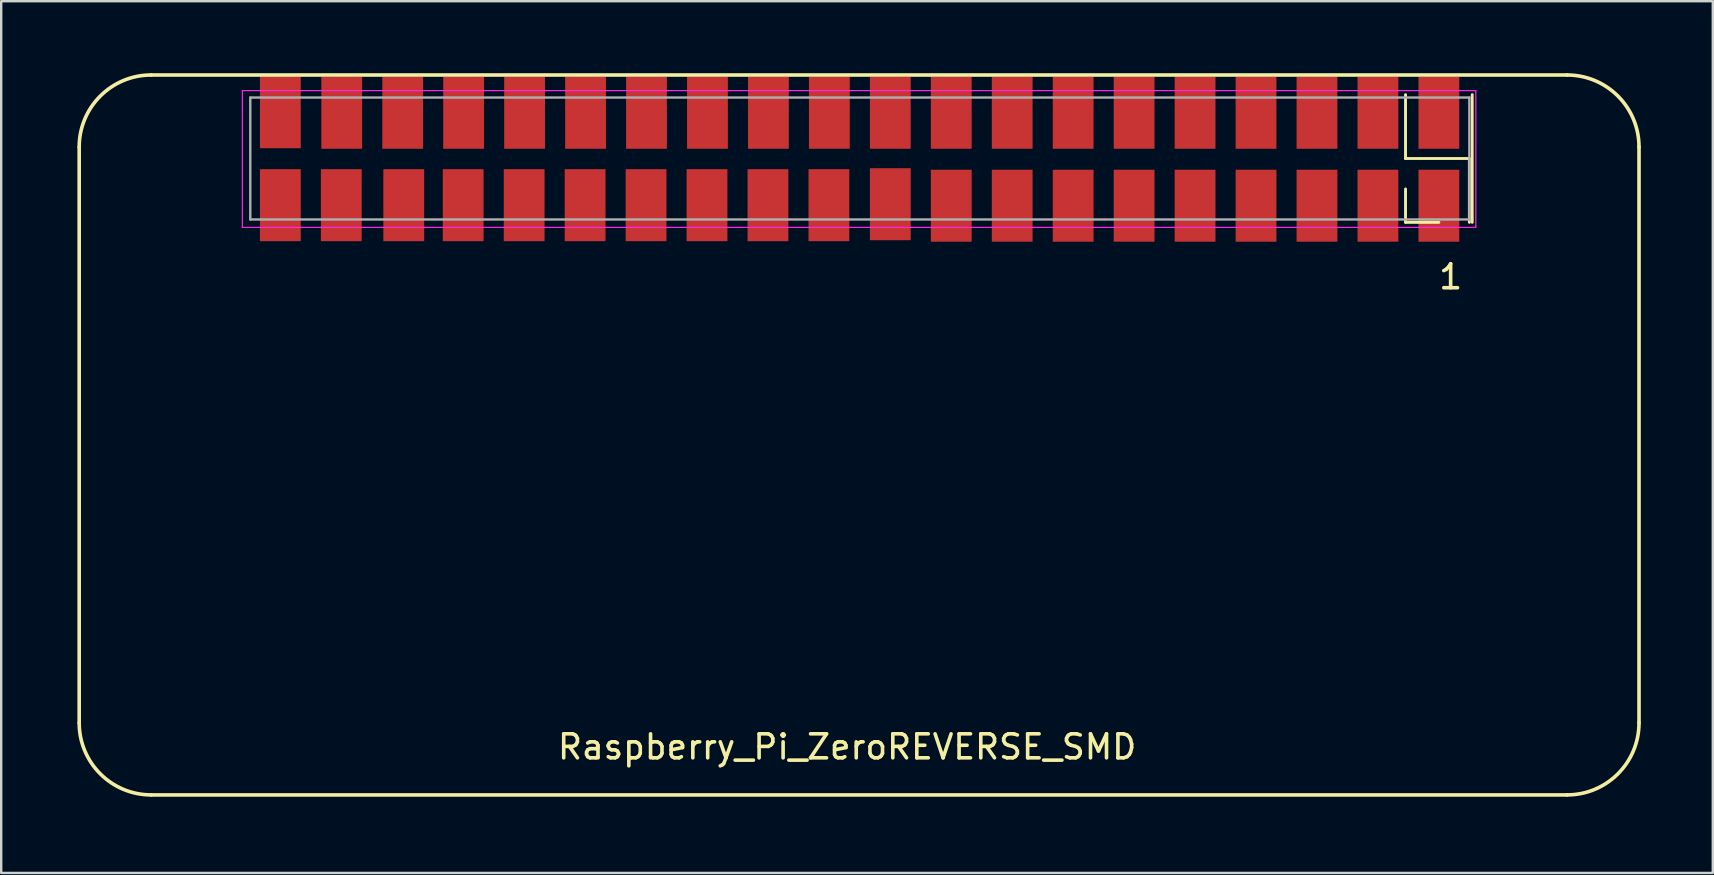
<source format=kicad_pcb>
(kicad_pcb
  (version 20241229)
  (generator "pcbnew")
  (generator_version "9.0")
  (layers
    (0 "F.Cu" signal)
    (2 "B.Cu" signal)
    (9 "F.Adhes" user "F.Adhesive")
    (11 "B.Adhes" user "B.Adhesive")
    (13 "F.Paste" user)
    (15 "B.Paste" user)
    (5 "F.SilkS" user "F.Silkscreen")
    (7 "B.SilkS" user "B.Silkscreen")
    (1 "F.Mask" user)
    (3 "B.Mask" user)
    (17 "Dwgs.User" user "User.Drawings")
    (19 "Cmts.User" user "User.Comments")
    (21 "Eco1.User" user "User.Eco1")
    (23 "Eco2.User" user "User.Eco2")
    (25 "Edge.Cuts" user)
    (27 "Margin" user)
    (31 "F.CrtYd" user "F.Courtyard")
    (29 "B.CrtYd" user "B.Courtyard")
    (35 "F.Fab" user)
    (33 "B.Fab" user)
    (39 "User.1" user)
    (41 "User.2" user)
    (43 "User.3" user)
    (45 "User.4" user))
  (footprint "Raspberry_Pi_ZeroREVERSE_SMD"
    (layer "F.Cu")
    (at 0.25 30.075)
    (property "Reference" "Raspberry_Pi_ZeroREVERSE_SMD" (at 32 -2 0) (layer "F.SilkS") (effects (font (size 1 1) (thickness 0.15))))
    (attr through_hole)
    (fp_line (start 0 -3) (end 0 -27) (stroke (width 0.15) (type solid)) (layer "F.SilkS"))
    (fp_line (start 3 -30) (end 62 -30) (stroke (width 0.15) (type solid)) (layer "F.SilkS"))
    (fp_line (start 55.27 -29.18) (end 55.27 -26.52) (stroke (width 0.12) (type solid)) (layer "F.SilkS"))
    (fp_line (start 55.27 -26.52) (end 57.93 -26.52) (stroke (width 0.12) (type solid)) (layer "F.SilkS"))
    (fp_line (start 55.27 -23.86) (end 55.27 -25.25) (stroke (width 0.12) (type solid)) (layer "F.SilkS"))
    (fp_line (start 56.66 -23.86) (end 55.27 -23.86) (stroke (width 0.12) (type solid)) (layer "F.SilkS"))
    (fp_line (start 57.93 -26.52) (end 57.93 -23.86) (stroke (width 0.12) (type solid)) (layer "F.SilkS"))
    (fp_line (start 58.05 -23.86) (end 58.05 -29.18) (stroke (width 0.12) (type solid)) (layer "F.SilkS"))
    (fp_line (start 62 0) (end 3 0) (stroke (width 0.15) (type solid)) (layer "F.SilkS"))
    (fp_line (start 65 -27) (end 65 -3) (stroke (width 0.15) (type solid)) (layer "F.SilkS"))
    (fp_arc (start 0 -27) (mid 0.87868 -29.12132) (end 3 -30) (stroke (width 0.15) (type solid)) (layer "F.SilkS"))
    (fp_arc (start 3 0) (mid 0.87868 -0.87868) (end 0 -3) (stroke (width 0.15) (type solid)) (layer "F.SilkS"))
    (fp_arc (start 62 -30) (mid 64.12132 -29.12132) (end 65 -27) (stroke (width 0.15) (type solid)) (layer "F.SilkS"))
    (fp_arc (start 65 -3) (mid 64.12132 -0.87868) (end 62 0) (stroke (width 0.15) (type solid)) (layer "F.SilkS"))
    (fp_line (start 6.8 -29.35) (end 6.8 -23.65) (stroke (width 0.05) (type solid)) (layer "F.CrtYd"))
    (fp_line (start 6.8 -23.65) (end 58.2 -23.65) (stroke (width 0.05) (type solid)) (layer "F.CrtYd"))
    (fp_line (start 58.2 -29.35) (end 6.8 -29.35) (stroke (width 0.05) (type solid)) (layer "F.CrtYd"))
    (fp_line (start 58.2 -23.65) (end 58.2 -29.35) (stroke (width 0.05) (type solid)) (layer "F.CrtYd"))
    (fp_line (start 7.13 -29.06) (end 7.13 -23.98) (stroke (width 0.1) (type solid)) (layer "F.Fab"))
    (fp_line (start 7.13 -23.98) (end 57.93 -23.98) (stroke (width 0.1) (type solid)) (layer "F.Fab"))
    (fp_line (start 57.93 -29.06) (end 7.13 -29.06) (stroke (width 0.1) (type solid)) (layer "F.Fab"))
    (fp_line (start 57.93 -23.98) (end 57.93 -29.06) (stroke (width 0.1) (type solid)) (layer "F.Fab"))
    (fp_text user "1" (at 57.15 -21.59 0) (layer "F.SilkS") (effects (font (size 1 1) (thickness 0.15))))
    (pad "1" smd rect (at 56.66 -24.552 90) (size 3 1.7) (layers "F.Cu" "F.Mask" "F.Paste"))
    (pad "2" smd rect (at 56.66 -28.425 90) (size 3 1.7) (layers "F.Cu" "F.Mask" "F.Paste"))
    (pad "3" smd rect (at 54.12 -24.552 90) (size 3 1.7) (layers "F.Cu" "F.Mask" "F.Paste"))
    (pad "4" smd rect (at 54.12 -28.425 90) (size 3 1.7) (layers "F.Cu" "F.Mask" "F.Paste"))
    (pad "5" smd rect (at 51.58 -24.552 90) (size 3 1.7) (layers "F.Cu" "F.Mask" "F.Paste"))
    (pad "6" smd rect (at 51.58 -28.425 90) (size 3 1.7) (layers "F.Cu" "F.Mask" "F.Paste"))
    (pad "7" smd rect (at 49.04 -24.552 90) (size 3 1.7) (layers "F.Cu" "F.Mask" "F.Paste"))
    (pad "8" smd rect (at 49.04 -28.425 90) (size 3 1.7) (layers "F.Cu" "F.Mask" "F.Paste"))
    (pad "9" smd rect (at 46.5 -24.552 90) (size 3 1.7) (layers "F.Cu" "F.Mask" "F.Paste"))
    (pad "10" smd rect (at 46.5 -28.425 90) (size 3 1.7) (layers "F.Cu" "F.Mask" "F.Paste"))
    (pad "11" smd rect (at 43.96 -24.552 90) (size 3 1.7) (layers "F.Cu" "F.Mask" "F.Paste"))
    (pad "12" smd rect (at 43.96 -28.425 90) (size 3 1.7) (layers "F.Cu" "F.Mask" "F.Paste"))
    (pad "13" smd rect (at 41.42 -24.552 90) (size 3 1.7) (layers "F.Cu" "F.Mask" "F.Paste"))
    (pad "14" smd rect (at 41.42 -28.425 90) (size 3 1.7) (layers "F.Cu" "F.Mask" "F.Paste"))
    (pad "15" smd rect (at 38.88 -24.552 90) (size 3 1.7) (layers "F.Cu" "F.Mask" "F.Paste"))
    (pad "16" smd rect (at 38.88 -28.425 90) (size 3 1.7) (layers "F.Cu" "F.Mask" "F.Paste"))
    (pad "17" smd rect (at 36.34 -24.552 90) (size 3 1.7) (layers "F.Cu" "F.Mask" "F.Paste"))
    (pad "18" smd rect (at 36.34 -28.425 90) (size 3 1.7) (layers "F.Cu" "F.Mask" "F.Paste"))
    (pad "19" smd rect (at 33.8 -24.615 90) (size 3 1.7) (layers "F.Cu" "F.Mask" "F.Paste"))
    (pad "20" smd rect (at 33.8 -28.425 90) (size 3 1.7) (layers "F.Cu" "F.Mask" "F.Paste"))
    (pad "21" smd rect (at 31.242 -24.575 90) (size 3 1.7) (layers "F.Cu" "F.Mask" "F.Paste"))
    (pad "22" smd rect (at 31.26 -28.425 90) (size 3 1.7) (layers "F.Cu" "F.Mask" "F.Paste"))
    (pad "23" smd rect (at 28.702 -24.575 90) (size 3 1.7) (layers "F.Cu" "F.Mask" "F.Paste"))
    (pad "24" smd rect (at 28.72 -28.425 90) (size 3 1.7) (layers "F.Cu" "F.Mask" "F.Paste"))
    (pad "25" smd rect (at 26.162 -24.575 90) (size 3 1.7) (layers "F.Cu" "F.Mask" "F.Paste"))
    (pad "26" smd rect (at 26.18 -28.425 90) (size 3 1.7) (layers "F.Cu" "F.Mask" "F.Paste"))
    (pad "27" smd rect (at 23.622 -24.575 90) (size 3 1.7) (layers "F.Cu" "F.Mask" "F.Paste"))
    (pad "28" smd rect (at 23.64 -28.425 90) (size 3 1.7) (layers "F.Cu" "F.Mask" "F.Paste"))
    (pad "29" smd rect (at 21.082 -24.575 90) (size 3 1.7) (layers "F.Cu" "F.Mask" "F.Paste"))
    (pad "30" smd rect (at 21.1 -28.425 90) (size 3 1.7) (layers "F.Cu" "F.Mask" "F.Paste"))
    (pad "31" smd rect (at 18.542 -24.575 90) (size 3 1.7) (layers "F.Cu" "F.Mask" "F.Paste"))
    (pad "32" smd rect (at 18.56 -28.425 90) (size 3 1.7) (layers "F.Cu" "F.Mask" "F.Paste"))
    (pad "33" smd rect (at 16.002 -24.575 90) (size 3 1.7) (layers "F.Cu" "F.Mask" "F.Paste"))
    (pad "34" smd rect (at 16.02 -28.425 90) (size 3 1.7) (layers "F.Cu" "F.Mask" "F.Paste"))
    (pad "35" smd rect (at 13.525 -24.575 90) (size 3 1.7) (layers "F.Cu" "F.Mask" "F.Paste"))
    (pad "36" smd rect (at 13.48 -28.425 90) (size 3 1.7) (layers "F.Cu" "F.Mask" "F.Paste"))
    (pad "37" smd rect (at 10.922 -24.575 90) (size 3 1.7) (layers "F.Cu" "F.Mask" "F.Paste"))
    (pad "38" smd rect (at 10.94 -28.425 90) (size 3 1.7) (layers "F.Cu" "F.Mask" "F.Paste"))
    (pad "39" smd rect (at 8.382 -24.575 90) (size 3 1.7) (layers "F.Cu" "F.Mask" "F.Paste"))
    (pad "40" smd rect (at 8.382 -28.448 90) (size 3 1.7) (layers "F.Cu" "F.Mask" "F.Paste")))
  (gr_rect
    (start -3 -3)
    (end 68.325 33.325)
    (stroke (width 0.1) (type default))
    (fill no)
    (layer "Edge.Cuts")))
</source>
